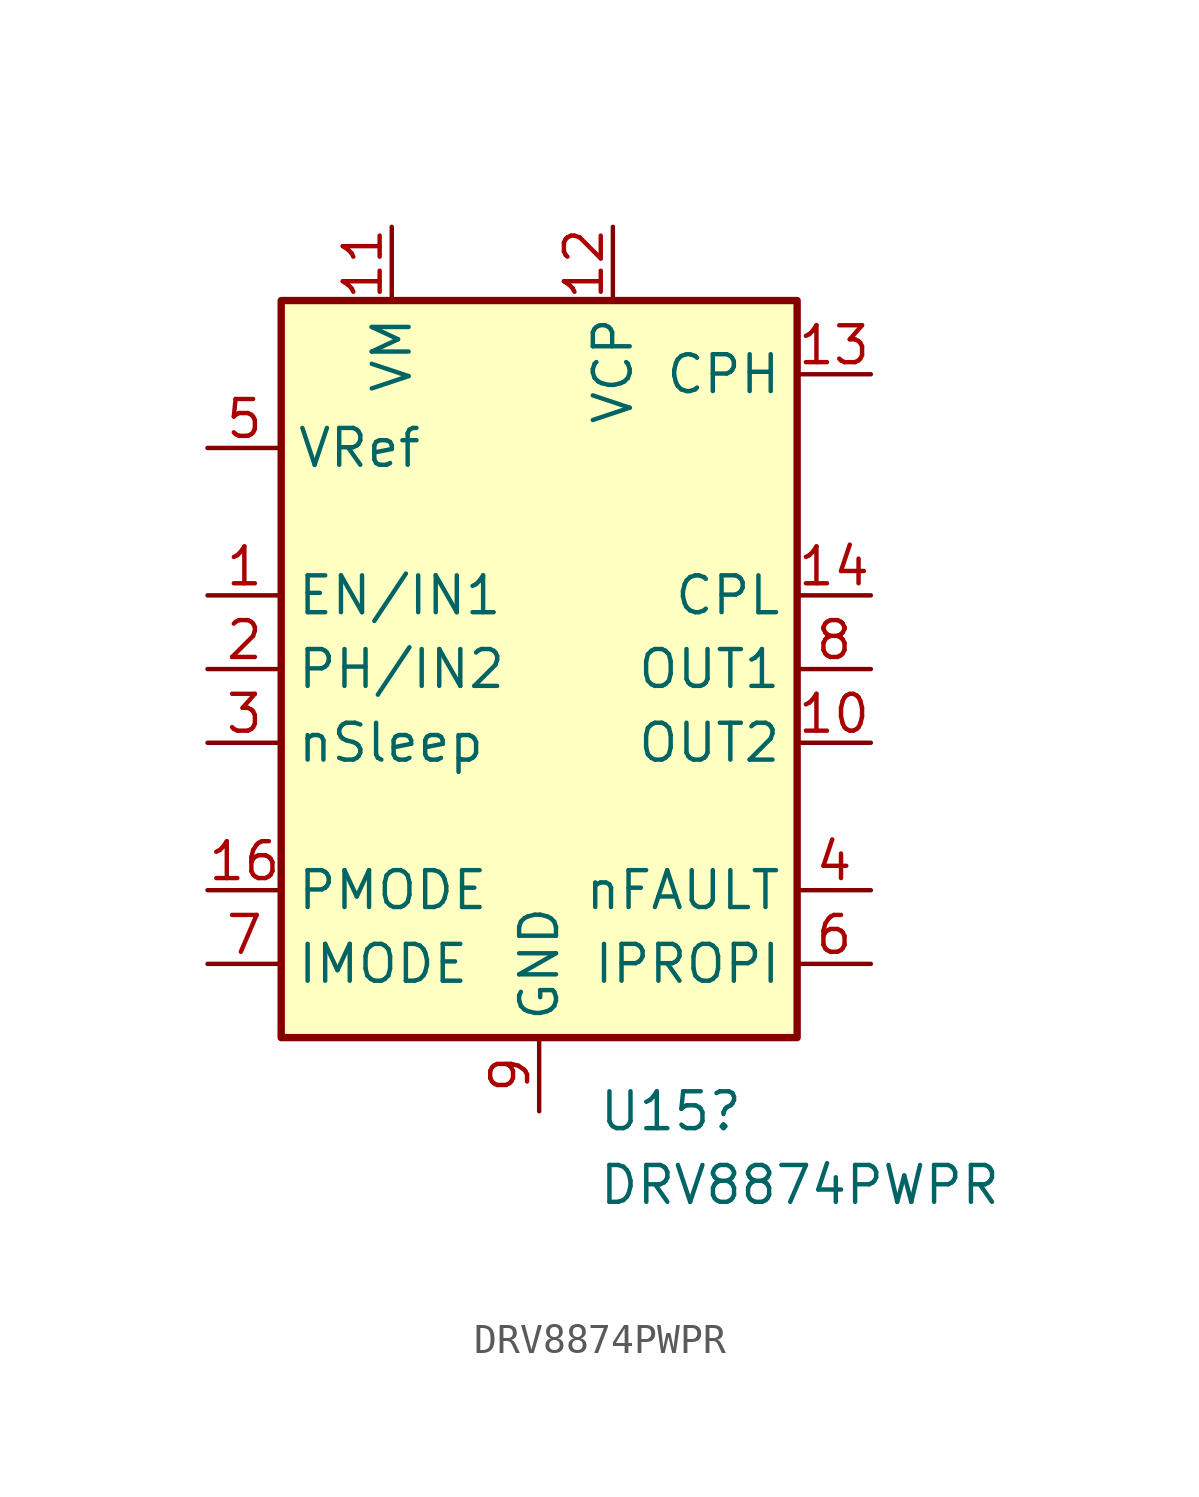
<source format=kicad_sym>
(kicad_symbol_lib
  (version 20220914)
  (generator kicad_symbol_editor)
  (symbol "DRV8874PWPR"
    (property "Reference" "U15"
      (at 2.019 -15.24 0)
      (effects (font (size 1.27 1.27)) (justify left)))
    (property "Value" "DRV8874PWPR"
      (at 2.019 -17.78 0)
      (effects (font (size 1.27 1.27)) (justify left)))
    (symbol "DRV8874PWPR_0_1"
      (rectangle (start -8.89 12.7) (end 8.89 -12.7) (stroke (width 0.254) (type default)) (fill (type background))))
    (symbol "DRV8874PWPR_1_1"
      (pin input line (at -11.43 2.54 0) (length 2.54) (name "EN/IN1" (effects (font (size 1.27 1.27)))) (number "1" (effects (font (size 1.27 1.27)))))
      (pin output line (at 11.43 -2.54 180) (length 2.54) (name "OUT2" (effects (font (size 1.27 1.27)))) (number "10" (effects (font (size 1.27 1.27)))))
      (pin power_in line (at -5.08 15.24 270) (length 2.54) (name "VM" (effects (font (size 1.27 1.27)))) (number "11" (effects (font (size 1.27 1.27)))))
      (pin bidirectional line (at 2.54 15.24 270) (length 2.54) (name "VCP" (effects (font (size 1.27 1.27)))) (number "12" (effects (font (size 1.27 1.27)))))
      (pin bidirectional line (at 11.43 10.16 180) (length 2.54) (name "CPH" (effects (font (size 1.27 1.27)))) (number "13" (effects (font (size 1.27 1.27)))))
      (pin bidirectional line (at 11.43 2.54 180) (length 2.54) (name "CPL" (effects (font (size 1.27 1.27)))) (number "14" (effects (font (size 1.27 1.27)))))
      (pin passive line (at 0 -15.24 90) (length 2.54) hide (name "GND" (effects (font (size 1.27 1.27)))) (number "15" (effects (font (size 1.27 1.27)))))
      (pin input line (at -11.43 -7.62 0) (length 2.54) (name "PMODE" (effects (font (size 1.27 1.27)))) (number "16" (effects (font (size 1.27 1.27)))))
      (pin passive line (at 0 -15.24 90) (length 2.54) hide (name "GND" (effects (font (size 1.27 1.27)))) (number "17" (effects (font (size 1.27 1.27)))))
      (pin input line (at -11.43 0 0) (length 2.54) (name "PH/IN2" (effects (font (size 1.27 1.27)))) (number "2" (effects (font (size 1.27 1.27)))))
      (pin input line (at -11.43 -2.54 0) (length 2.54) (name "nSleep" (effects (font (size 1.27 1.27)))) (number "3" (effects (font (size 1.27 1.27)))))
      (pin open_collector line (at 11.43 -7.62 180) (length 2.54) (name "nFAULT" (effects (font (size 1.27 1.27)))) (number "4" (effects (font (size 1.27 1.27)))))
      (pin input line (at -11.43 7.62 0) (length 2.54) (name "VRef" (effects (font (size 1.27 1.27)))) (number "5" (effects (font (size 1.27 1.27)))))
      (pin power_out line (at 11.43 -10.16 180) (length 2.54) (name "IPROPI" (effects (font (size 1.27 1.27)))) (number "6" (effects (font (size 1.27 1.27)))))
      (pin input line (at -11.43 -10.16 0) (length 2.54) (name "IMODE" (effects (font (size 1.27 1.27)))) (number "7" (effects (font (size 1.27 1.27)))))
      (pin output line (at 11.43 0 180) (length 2.54) (name "OUT1" (effects (font (size 1.27 1.27)))) (number "8" (effects (font (size 1.27 1.27)))))
      (pin power_in line (at 0 -15.24 90) (length 2.54) (name "GND" (effects (font (size 1.27 1.27)))) (number "9" (effects (font (size 1.27 1.27))))))))
</source>
